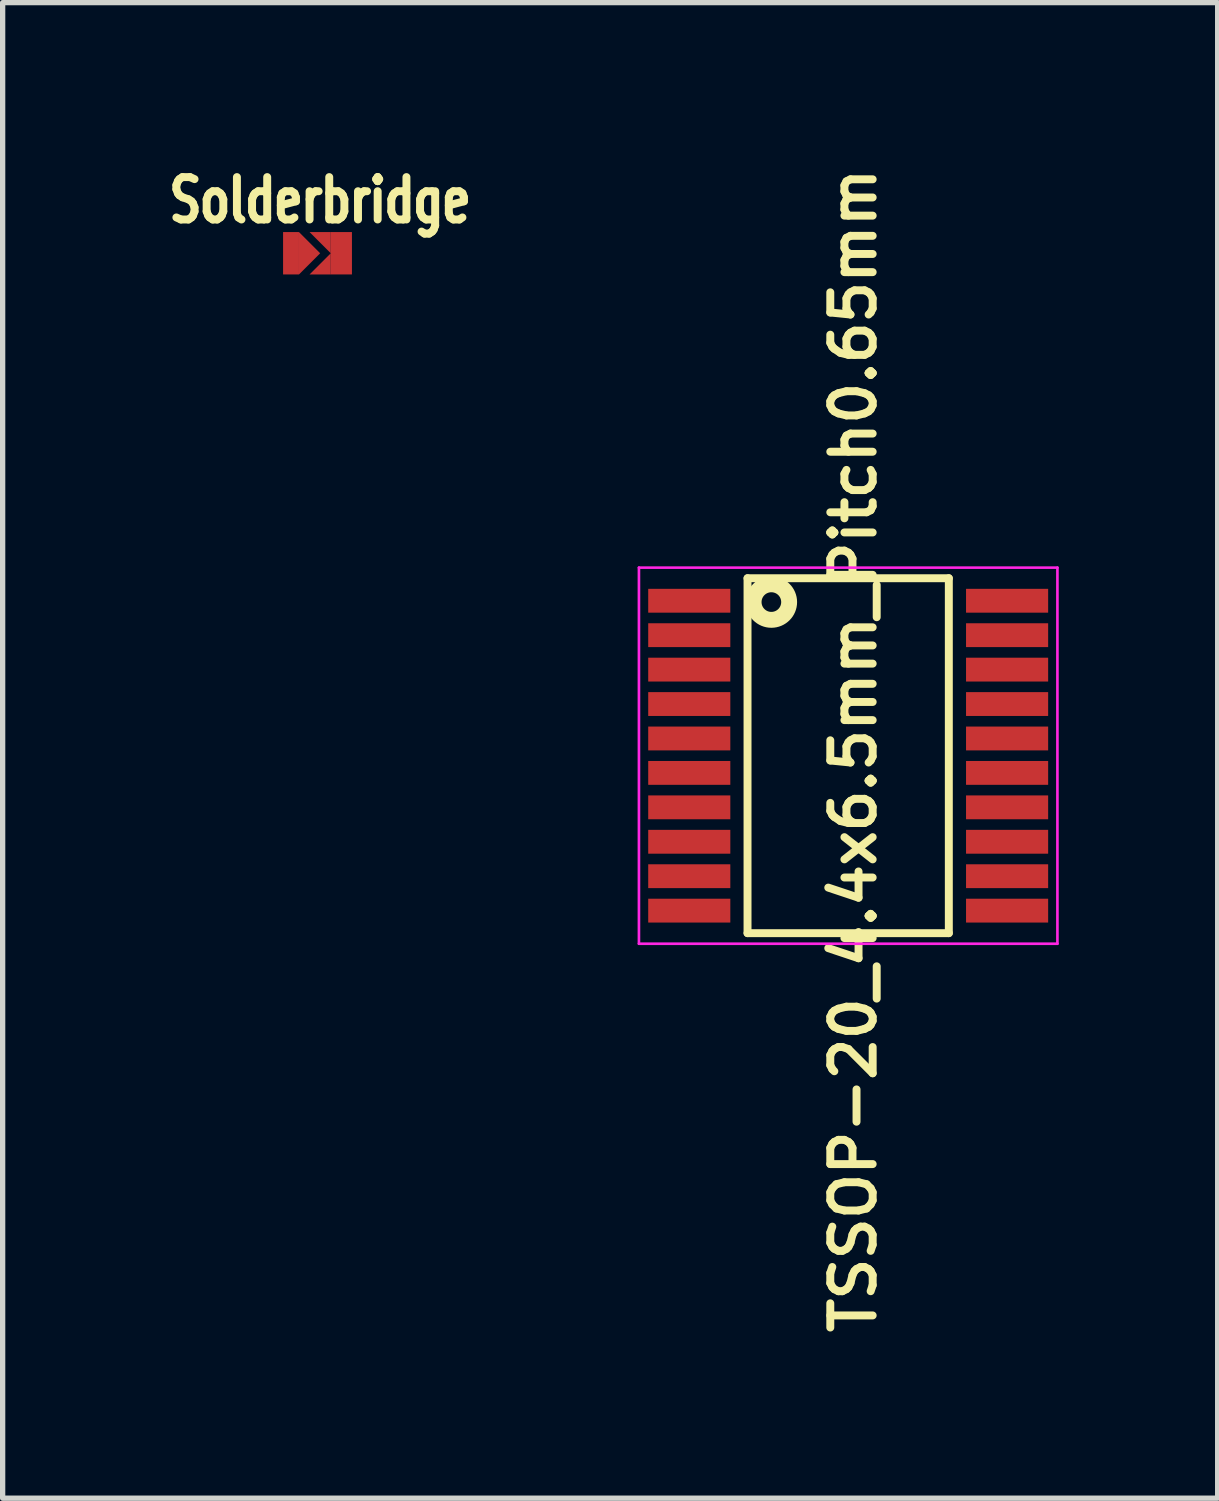
<source format=kicad_pcb>
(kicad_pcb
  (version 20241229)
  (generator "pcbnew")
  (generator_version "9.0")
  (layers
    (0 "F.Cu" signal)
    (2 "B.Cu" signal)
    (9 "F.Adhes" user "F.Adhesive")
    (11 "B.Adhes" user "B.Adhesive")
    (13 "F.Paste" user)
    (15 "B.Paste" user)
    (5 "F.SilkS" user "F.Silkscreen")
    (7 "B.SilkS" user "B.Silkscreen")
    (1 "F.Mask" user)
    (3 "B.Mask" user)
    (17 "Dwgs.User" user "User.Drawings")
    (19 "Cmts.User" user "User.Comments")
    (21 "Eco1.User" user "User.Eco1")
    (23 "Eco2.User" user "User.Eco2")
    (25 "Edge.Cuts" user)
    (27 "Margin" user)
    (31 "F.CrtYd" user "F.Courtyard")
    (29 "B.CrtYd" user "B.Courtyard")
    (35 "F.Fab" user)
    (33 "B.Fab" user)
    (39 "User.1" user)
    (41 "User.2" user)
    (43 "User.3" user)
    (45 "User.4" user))
  (footprint "TSSOP-20_4.4x6.5mm_Pitch0.65mm"
    (layer "F.Cu")
    (at 12.962 11.216)
    (property "Reference" "TSSOP-20_4.4x6.5mm_Pitch0.65mm" (at 0.1 -0.1 90) (layer "F.SilkS") (effects (font (size 0.8 0.8) (thickness 0.15))))
    (attr smd)
    (fp_line (start -1.9 -3.35) (end -1.9 3.35) (stroke (width 0.15) (type solid)) (layer "F.SilkS"))
    (fp_line (start -1.9 -3.35) (end 1.9 -3.35) (stroke (width 0.15) (type solid)) (layer "F.SilkS"))
    (fp_line (start 1.9 -3.35) (end 1.9 3.35) (stroke (width 0.15) (type solid)) (layer "F.SilkS"))
    (fp_line (start 1.9 3.35) (end -1.9 3.35) (stroke (width 0.15) (type solid)) (layer "F.SilkS"))
    (fp_circle (center -1.45 -2.9) (end -1.3 -2.6) (stroke (width 0.3) (type solid)) (fill no) (layer "F.SilkS"))
    (fp_line (start -3.95 -3.55) (end -3.95 3.55) (stroke (width 0.05) (type solid)) (layer "F.CrtYd"))
    (fp_line (start -3.95 -3.55) (end 3.95 -3.55) (stroke (width 0.05) (type solid)) (layer "F.CrtYd"))
    (fp_line (start -3.95 3.55) (end 3.95 3.55) (stroke (width 0.05) (type solid)) (layer "F.CrtYd"))
    (fp_line (start 3.95 -3.55) (end 3.95 3.55) (stroke (width 0.05) (type solid)) (layer "F.CrtYd"))
    (pad "1" smd rect (at -3 -2.925) (size 1.55 0.45) (layers "F.Cu" "F.Mask" "F.Paste"))
    (pad "2" smd rect (at -3 -2.275) (size 1.55 0.45) (layers "F.Cu" "F.Mask" "F.Paste"))
    (pad "3" smd rect (at -3 -1.625) (size 1.55 0.45) (layers "F.Cu" "F.Mask" "F.Paste"))
    (pad "4" smd rect (at -3 -0.975) (size 1.55 0.45) (layers "F.Cu" "F.Mask" "F.Paste"))
    (pad "5" smd rect (at -3 -0.325) (size 1.55 0.45) (layers "F.Cu" "F.Mask" "F.Paste"))
    (pad "6" smd rect (at -3 0.325) (size 1.55 0.45) (layers "F.Cu" "F.Mask" "F.Paste"))
    (pad "7" smd rect (at -3 0.975) (size 1.55 0.45) (layers "F.Cu" "F.Mask" "F.Paste"))
    (pad "8" smd rect (at -3 1.625) (size 1.55 0.45) (layers "F.Cu" "F.Mask" "F.Paste"))
    (pad "9" smd rect (at -3 2.275) (size 1.55 0.45) (layers "F.Cu" "F.Mask" "F.Paste"))
    (pad "10" smd rect (at -3 2.925) (size 1.55 0.45) (layers "F.Cu" "F.Mask" "F.Paste"))
    (pad "11" smd rect (at 3 2.925) (size 1.55 0.45) (layers "F.Cu" "F.Mask" "F.Paste"))
    (pad "12" smd rect (at 3 2.275) (size 1.55 0.45) (layers "F.Cu" "F.Mask" "F.Paste"))
    (pad "13" smd rect (at 3 1.625) (size 1.55 0.45) (layers "F.Cu" "F.Mask" "F.Paste"))
    (pad "14" smd rect (at 3 0.975) (size 1.55 0.45) (layers "F.Cu" "F.Mask" "F.Paste"))
    (pad "15" smd rect (at 3 0.325) (size 1.55 0.45) (layers "F.Cu" "F.Mask" "F.Paste"))
    (pad "16" smd rect (at 3 -0.325) (size 1.55 0.45) (layers "F.Cu" "F.Mask" "F.Paste"))
    (pad "17" smd rect (at 3 -0.975) (size 1.55 0.45) (layers "F.Cu" "F.Mask" "F.Paste"))
    (pad "18" smd rect (at 3 -1.625) (size 1.55 0.45) (layers "F.Cu" "F.Mask" "F.Paste"))
    (pad "19" smd rect (at 3 -2.275) (size 1.55 0.45) (layers "F.Cu" "F.Mask" "F.Paste"))
    (pad "20" smd rect (at 3 -2.925) (size 1.55 0.45) (layers "F.Cu" "F.Mask" "F.Paste")))
  (footprint "Solderbridge"
    (layer "F.Cu")
    (at 2.994 1.731)
    (property "Reference" "Solderbridge" (at 0 -1 0) (layer "F.SilkS") (effects (font (size 0.8 0.6) (thickness 0.15))))
    (attr through_hole)
    (pad "1" smd rect (at -0.55 0) (size 0.3 0.8) (layers "F.Cu" "F.Mask" "F.Paste"))
    (pad "1" smd trapezoid (at -0.2 0) (size 0.4 0.4) (rect_delta 0.4 0) (layers "F.Cu" "F.Mask" "F.Paste"))
    (pad "2" smd trapezoid (at 0.1 -0.3 45) (size 0.283 0.283) (rect_delta 0.283 0) (layers "F.Cu" "F.Mask" "F.Paste"))
    (pad "2" smd trapezoid (at 0.1 0.3 315) (size 0.283 0.283) (rect_delta 0.283 0) (layers "F.Cu" "F.Mask" "F.Paste"))
    (pad "2" smd rect (at 0.4 0) (size 0.4 0.8) (layers "F.Cu" "F.Mask" "F.Paste")))
  (gr_rect
    (start -3 -3)
    (end 19.937 25.233)
    (stroke (width 0.1) (type default))
    (fill no)
    (layer "Edge.Cuts")))
</source>
